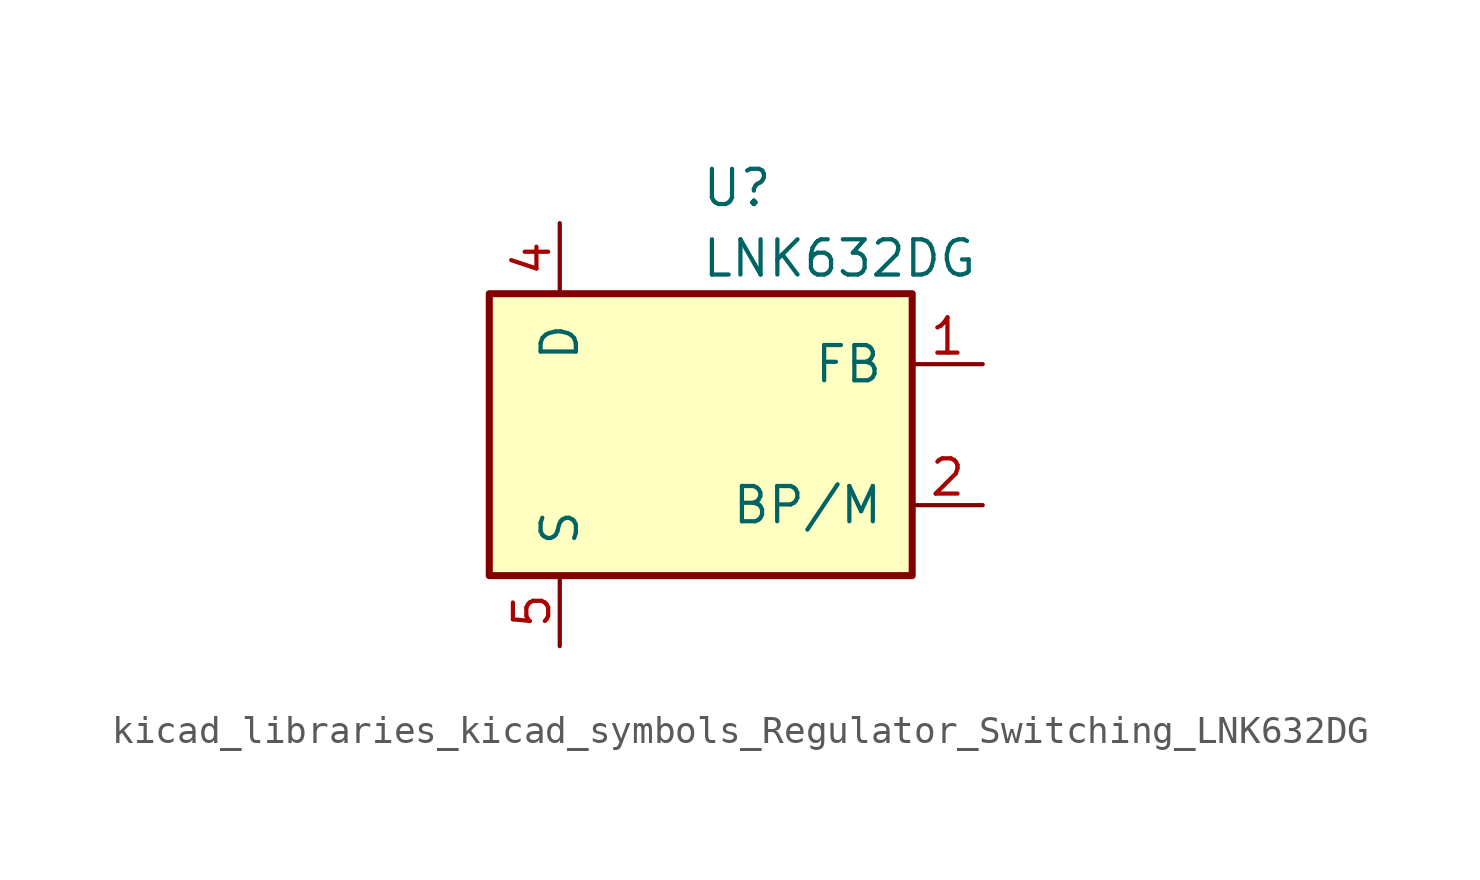
<source format=kicad_sym>
(kicad_symbol_lib
  (version 20220914)
  (generator kicad_symbol_editor)
  (symbol "kicad_libraries_kicad_symbols_Regulator_Switching_LNK632DG"
    (pin_names
      (offset 1.016))
    (property "Reference" "U"
      (at 0 8.89 0)
      (effects (font (size 1.27 1.27)) (justify left)))
    (property "Value" "LNK632DG"
      (at 0 6.35 0)
      (effects (font (size 1.27 1.27)) (justify left)))
    (symbol "kicad_libraries_kicad_symbols_Regulator_Switching_LNK632DG_0_1"
      (rectangle (start -7.62 5.08) (end 7.62 -5.08) (stroke (width 0.254) (type default)) (fill (type background))))
    (symbol "kicad_libraries_kicad_symbols_Regulator_Switching_LNK632DG_1_1"
      (pin input line (at 10.16 2.54 180) (length 2.54) (name "FB" (effects (font (size 1.27 1.27)))) (number "1" (effects (font (size 1.27 1.27)))))
      (pin input line (at 10.16 -2.54 180) (length 2.54) (name "BP/M" (effects (font (size 1.27 1.27)))) (number "2" (effects (font (size 1.27 1.27)))))
      (pin open_collector line (at -5.08 7.62 270) (length 2.54) (name "D" (effects (font (size 1.27 1.27)))) (number "4" (effects (font (size 1.27 1.27)))))
      (pin power_in line (at -5.08 -7.62 90) (length 2.54) (name "S" (effects (font (size 1.27 1.27)))) (number "5" (effects (font (size 1.27 1.27)))))
      (pin passive line (at -5.08 -7.62 90) (length 2.54) hide (name "S" (effects (font (size 1.27 1.27)))) (number "6" (effects (font (size 1.27 1.27)))))
      (pin passive line (at -5.08 -7.62 90) (length 2.54) hide (name "S" (effects (font (size 1.27 1.27)))) (number "7" (effects (font (size 1.27 1.27)))))
      (pin passive line (at -5.08 -7.62 90) (length 2.54) hide (name "S" (effects (font (size 1.27 1.27)))) (number "8" (effects (font (size 1.27 1.27))))))))
</source>
